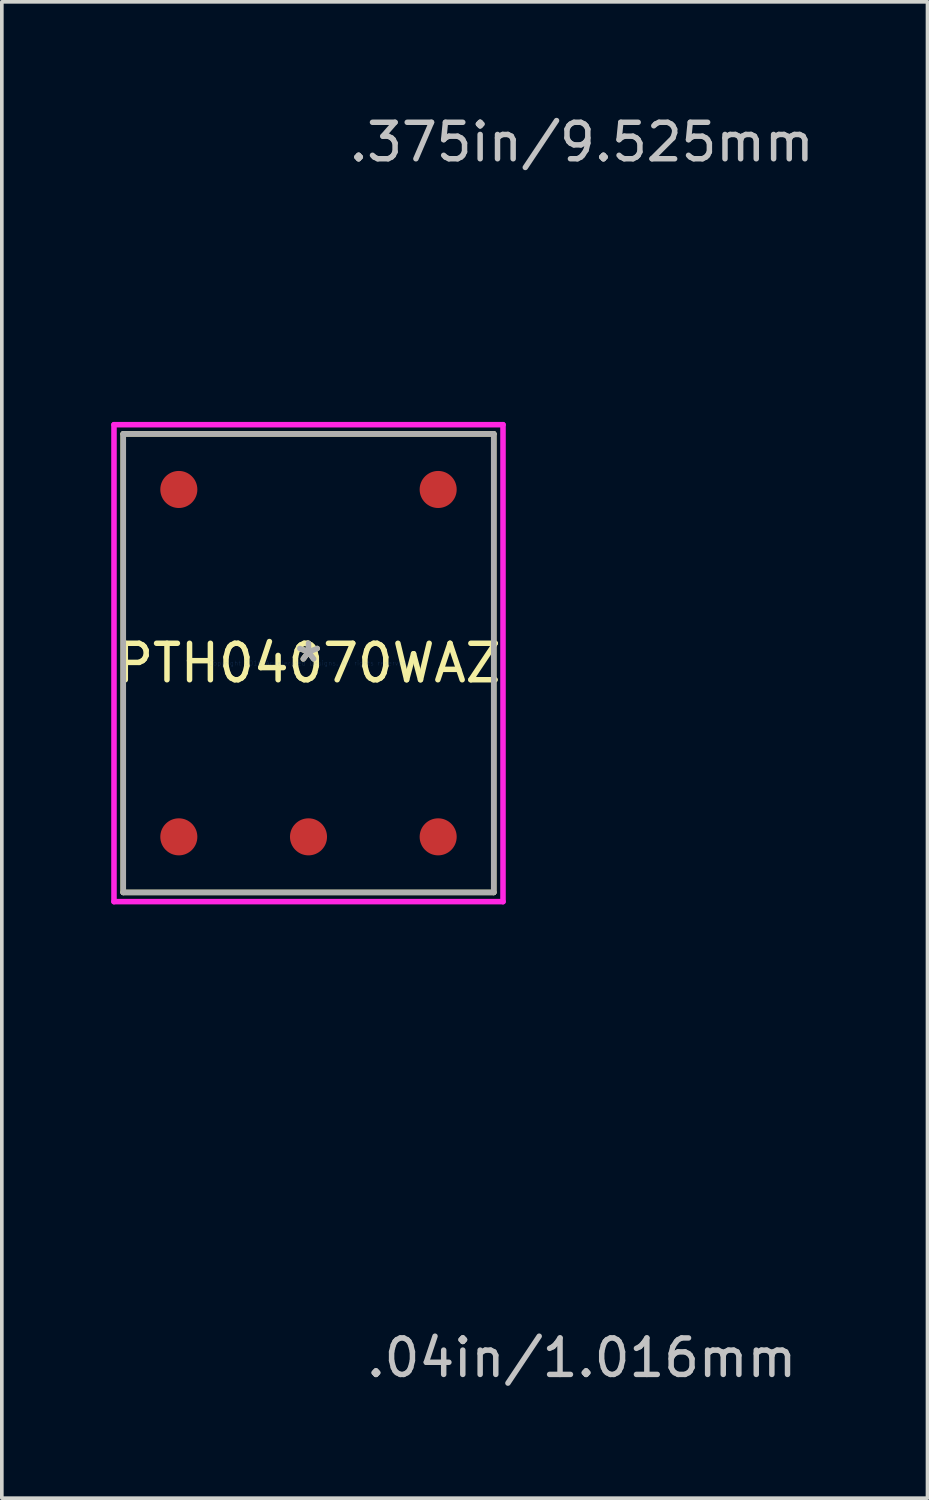
<source format=kicad_pcb>
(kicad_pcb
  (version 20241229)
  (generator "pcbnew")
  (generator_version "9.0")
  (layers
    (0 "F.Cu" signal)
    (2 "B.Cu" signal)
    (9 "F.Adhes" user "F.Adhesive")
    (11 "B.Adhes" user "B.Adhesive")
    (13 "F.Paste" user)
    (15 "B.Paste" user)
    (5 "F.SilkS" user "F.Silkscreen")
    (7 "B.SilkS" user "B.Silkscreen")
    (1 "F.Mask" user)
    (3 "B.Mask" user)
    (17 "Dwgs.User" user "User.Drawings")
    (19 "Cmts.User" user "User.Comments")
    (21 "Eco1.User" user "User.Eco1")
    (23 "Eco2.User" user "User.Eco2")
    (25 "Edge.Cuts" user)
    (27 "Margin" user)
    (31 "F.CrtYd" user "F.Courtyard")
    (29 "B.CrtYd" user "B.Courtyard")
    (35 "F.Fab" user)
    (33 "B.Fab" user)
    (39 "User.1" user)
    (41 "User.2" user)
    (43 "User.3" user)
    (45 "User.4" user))
  (footprint "PTH04070WAZ"
    (layer "F.Cu")
    (at 5.41 15.136)
    (property "Reference" "PTH04070WAZ" (at 0 0 0) (layer "F.SilkS") (effects (font (size 1 1) (thickness 0.15))))
    (attr through_hole)
    (fp_line (start -5.08 -6.287) (end -5.08 6.287) (stroke (width 0.152) (type solid)) (layer "F.SilkS"))
    (fp_line (start -5.08 6.287) (end 5.08 6.287) (stroke (width 0.152) (type solid)) (layer "F.SilkS"))
    (fp_line (start 5.08 -6.287) (end -5.08 -6.287) (stroke (width 0.152) (type solid)) (layer "F.SilkS"))
    (fp_line (start 5.08 6.287) (end 5.08 -6.287) (stroke (width 0.152) (type solid)) (layer "F.SilkS"))
    (fp_line (start -5.334 -6.54) (end 5.334 -6.54) (stroke (width 0.152) (type solid)) (layer "F.CrtYd"))
    (fp_line (start -5.334 6.54) (end -5.334 -6.54) (stroke (width 0.152) (type solid)) (layer "F.CrtYd"))
    (fp_line (start 5.334 -6.54) (end 5.334 6.54) (stroke (width 0.152) (type solid)) (layer "F.CrtYd"))
    (fp_line (start 5.334 6.54) (end -5.334 6.54) (stroke (width 0.152) (type solid)) (layer "F.CrtYd"))
    (fp_line (start -5.08 -6.287) (end -5.08 6.287) (stroke (width 0.152) (type solid)) (layer "F.Fab"))
    (fp_line (start -5.08 6.287) (end 5.08 6.287) (stroke (width 0.152) (type solid)) (layer "F.Fab"))
    (fp_line (start 5.08 -6.287) (end -5.08 -6.287) (stroke (width 0.152) (type solid)) (layer "F.Fab"))
    (fp_line (start 5.08 6.287) (end 5.08 -6.287) (stroke (width 0.152) (type solid)) (layer "F.Fab"))
    (fp_text user "*" (at 0 0 0) (layer "F.SilkS") (effects (font (size 1 1) (thickness 0.15))))
    (fp_text user ".375in/9.525mm" (at 7.493 -14.287 0) (layer "Dwgs.User") (effects (font (size 1 1) (thickness 0.15))))
    (fp_text user ".04in/1.016mm" (at 7.493 19.05 0) (layer "Dwgs.User") (effects (font (size 1 1) (thickness 0.15))))
    (fp_text user "Copyright 2016 Accelerated Designs. All rights reserved." (at 0 0 0) (layer "Cmts.User") (effects (font (size 0.127 0.127) (thickness 0.002))))
    (fp_text user "*" (at 0 0 0) (layer "F.Fab") (effects (font (size 1 1) (thickness 0.15))))
    (pad "1" smd circle (at -3.556 4.763) (size 1.016 1.016) (layers "F.Cu" "F.Mask" "F.Paste"))
    (pad "2" smd circle (at 0 4.763) (size 1.016 1.016) (layers "F.Cu" "F.Mask" "F.Paste"))
    (pad "3" smd circle (at 3.556 4.763) (size 1.016 1.016) (layers "F.Cu" "F.Mask" "F.Paste"))
    (pad "4" smd circle (at 3.556 -4.763) (size 1.016 1.016) (layers "F.Cu" "F.Mask" "F.Paste"))
    (pad "5" smd circle (at -3.556 -4.763) (size 1.016 1.016) (layers "F.Cu" "F.Mask" "F.Paste")))
  (gr_rect
    (start -3 -3)
    (end 22.385 38.034)
    (stroke (width 0.1) (type default))
    (fill no)
    (layer "Edge.Cuts")))
</source>
